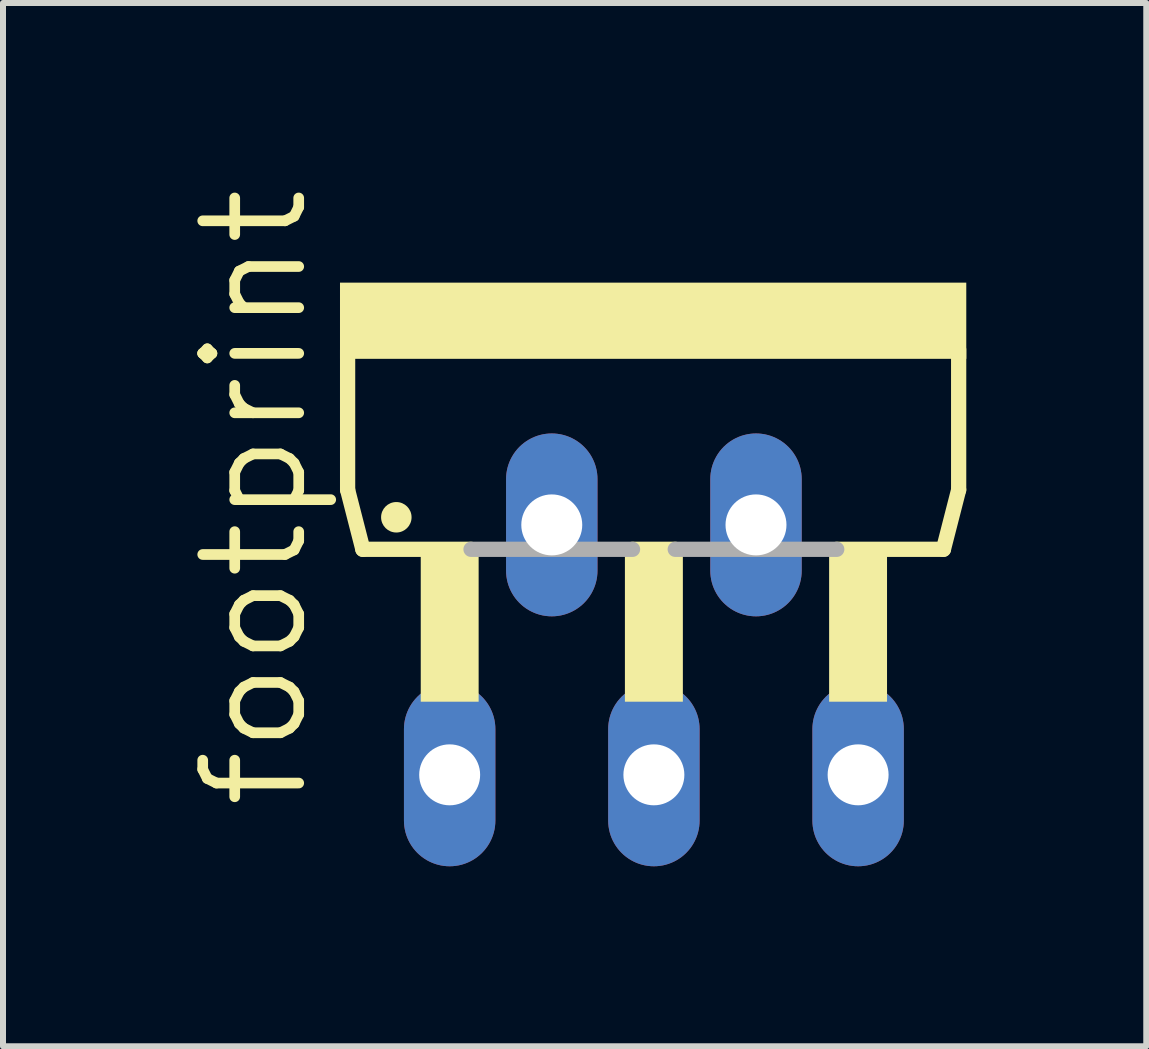
<source format=kicad_pcb>
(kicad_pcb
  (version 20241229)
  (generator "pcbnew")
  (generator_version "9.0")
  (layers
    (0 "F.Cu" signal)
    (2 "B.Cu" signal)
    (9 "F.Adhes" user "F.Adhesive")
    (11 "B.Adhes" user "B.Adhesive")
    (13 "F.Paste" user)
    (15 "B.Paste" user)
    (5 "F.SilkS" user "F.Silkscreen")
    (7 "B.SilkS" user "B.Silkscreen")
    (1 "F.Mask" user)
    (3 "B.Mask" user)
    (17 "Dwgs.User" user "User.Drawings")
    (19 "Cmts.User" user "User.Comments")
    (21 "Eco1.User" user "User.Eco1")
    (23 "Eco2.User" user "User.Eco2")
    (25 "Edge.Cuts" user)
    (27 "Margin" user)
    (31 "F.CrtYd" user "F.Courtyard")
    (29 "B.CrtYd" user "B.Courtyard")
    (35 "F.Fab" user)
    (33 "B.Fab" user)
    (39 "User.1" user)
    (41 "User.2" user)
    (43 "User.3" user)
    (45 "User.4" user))
  (footprint "footprint"
    (layer "F.Cu")
    (at 7.849 4.785)
    (property "Reference" "footprint" (at -5.715 5.715 90) (layer "F.SilkS") (effects (font (size 1.6 1.6) (thickness 0.178)) (justify left bottom)))
    (fp_line (start -5.105 -2.007) (end -5.105 0.33) (stroke (width 0.254) (type solid)) (layer "F.SilkS"))
    (fp_line (start -5.105 0.33) (end -4.851 1.321) (stroke (width 0.254) (type solid)) (layer "F.SilkS"))
    (fp_line (start -4.851 1.321) (end -3.048 1.321) (stroke (width 0.254) (type solid)) (layer "F.SilkS"))
    (fp_line (start -0.356 1.321) (end 0.356 1.321) (stroke (width 0.254) (type solid)) (layer "F.SilkS"))
    (fp_line (start 3.048 1.321) (end 4.826 1.321) (stroke (width 0.254) (type solid)) (layer "F.SilkS"))
    (fp_line (start 4.826 1.321) (end 5.08 0.33) (stroke (width 0.254) (type solid)) (layer "F.SilkS"))
    (fp_line (start 5.08 0.33) (end 5.08 -2.007) (stroke (width 0.254) (type solid)) (layer "F.SilkS"))
    (fp_circle (center -4.293 0.787) (end -4.166 0.787) (stroke (width 0.254) (type solid)) (fill yes) (layer "F.SilkS"))
    (fp_poly (pts (xy -5.232 -1.854) (xy 5.207 -1.854) (xy 5.207 -3.124) (xy -5.232 -3.124)) (stroke (width 0) (type solid)) (fill yes) (layer "F.SilkS"))
    (fp_poly (pts (xy -3.886 3.861) (xy -2.921 3.861) (xy -2.921 1.346) (xy -3.886 1.346)) (stroke (width 0) (type solid)) (fill yes) (layer "F.SilkS"))
    (fp_poly (pts (xy -0.483 3.861) (xy 0.483 3.861) (xy 0.483 1.346) (xy -0.483 1.346)) (stroke (width 0) (type solid)) (fill yes) (layer "F.SilkS"))
    (fp_poly (pts (xy 2.921 3.861) (xy 3.886 3.861) (xy 3.886 1.346) (xy 2.921 1.346)) (stroke (width 0) (type solid)) (fill yes) (layer "F.SilkS"))
    (fp_line (start -3.048 1.321) (end -0.356 1.321) (stroke (width 0.254) (type solid)) (layer "F.Fab"))
    (fp_line (start 0.356 1.321) (end 3.048 1.321) (stroke (width 0.254) (type solid)) (layer "F.Fab"))
    (pad "1" thru_hole oval (at -3.404 5.08 90) (size 3.048 1.524) (drill 1.016) (layers "*.Cu" "*.Mask"))
    (pad "2" thru_hole oval (at -1.702 0.914 90) (size 3.048 1.524) (drill 1.016) (layers "*.Cu" "*.Mask"))
    (pad "3" thru_hole oval (at 0 5.08 90) (size 3.048 1.524) (drill 1.016) (layers "*.Cu" "*.Mask"))
    (pad "4" thru_hole oval (at 1.702 0.914 90) (size 3.048 1.524) (drill 1.016) (layers "*.Cu" "*.Mask"))
    (pad "5" thru_hole oval (at 3.404 5.08 90) (size 3.048 1.524) (drill 1.016) (layers "*.Cu" "*.Mask")))
  (gr_rect
    (start -3 -3)
    (end 16.056 14.389)
    (stroke (width 0.1) (type default))
    (fill no)
    (layer "Edge.Cuts")))
</source>
